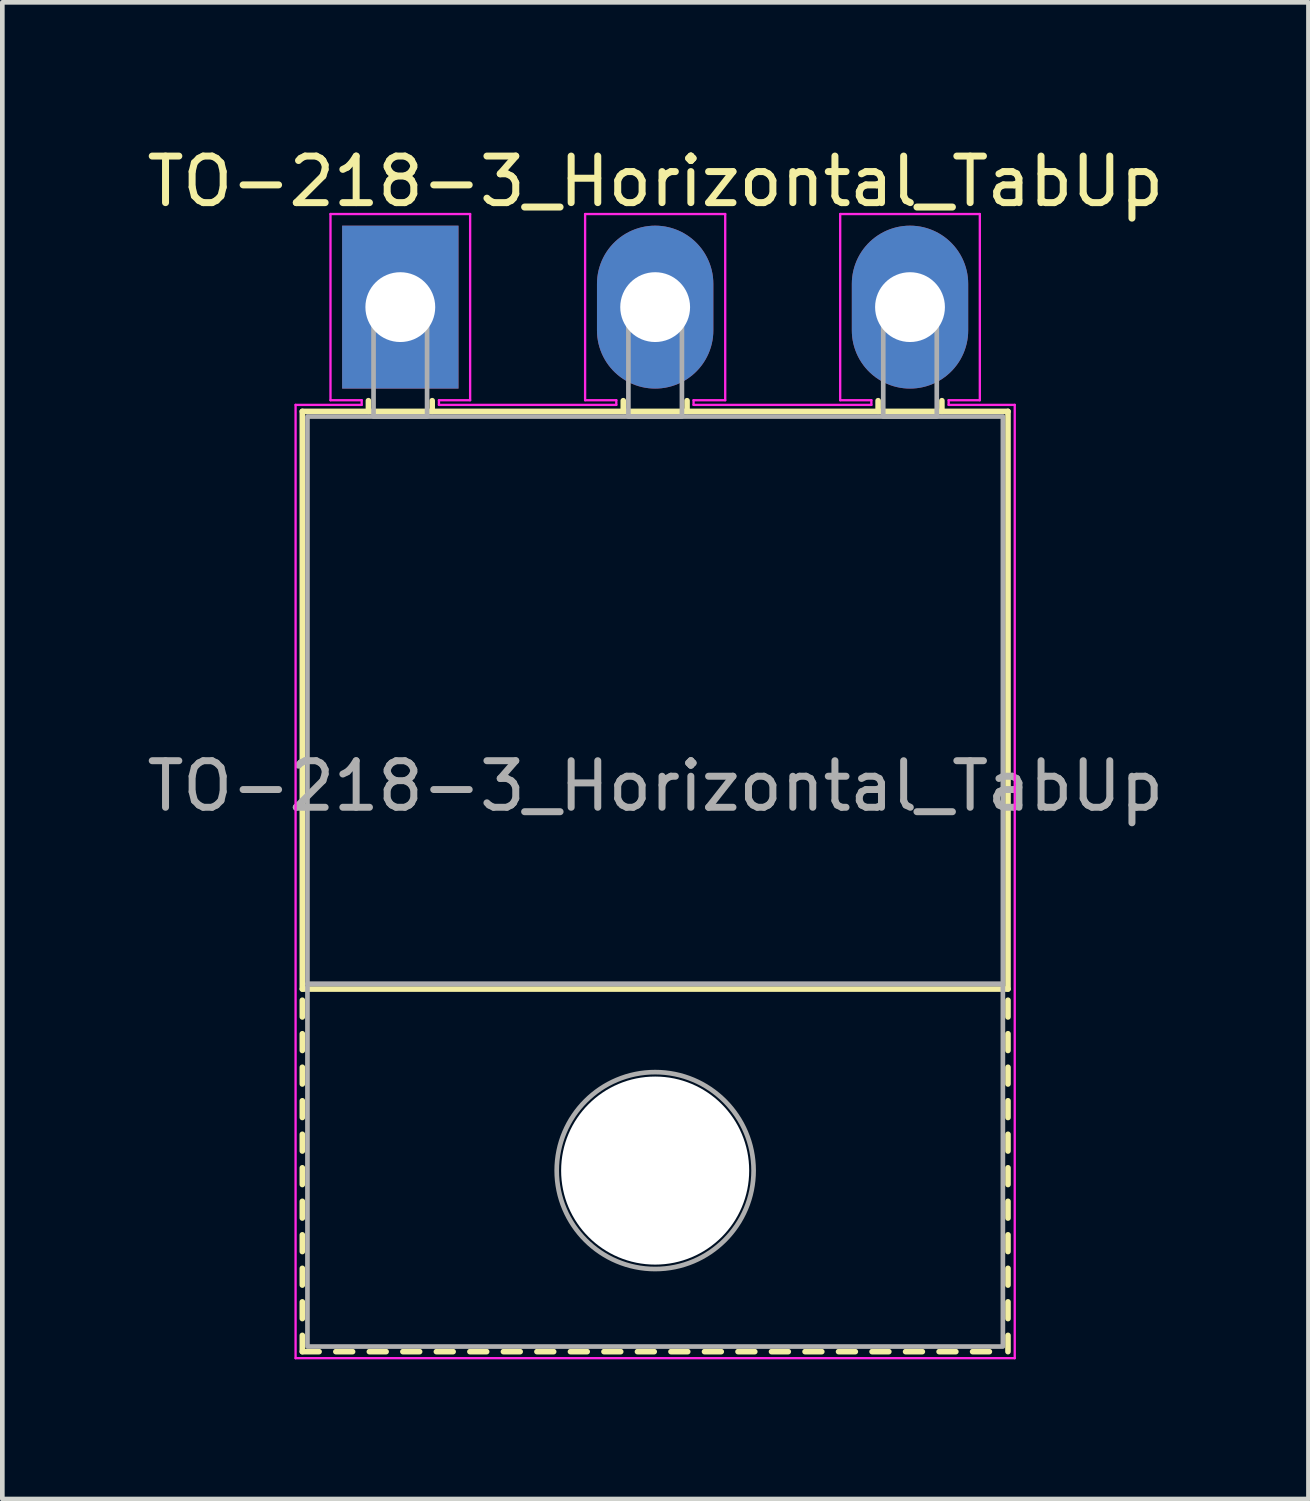
<source format=kicad_pcb>
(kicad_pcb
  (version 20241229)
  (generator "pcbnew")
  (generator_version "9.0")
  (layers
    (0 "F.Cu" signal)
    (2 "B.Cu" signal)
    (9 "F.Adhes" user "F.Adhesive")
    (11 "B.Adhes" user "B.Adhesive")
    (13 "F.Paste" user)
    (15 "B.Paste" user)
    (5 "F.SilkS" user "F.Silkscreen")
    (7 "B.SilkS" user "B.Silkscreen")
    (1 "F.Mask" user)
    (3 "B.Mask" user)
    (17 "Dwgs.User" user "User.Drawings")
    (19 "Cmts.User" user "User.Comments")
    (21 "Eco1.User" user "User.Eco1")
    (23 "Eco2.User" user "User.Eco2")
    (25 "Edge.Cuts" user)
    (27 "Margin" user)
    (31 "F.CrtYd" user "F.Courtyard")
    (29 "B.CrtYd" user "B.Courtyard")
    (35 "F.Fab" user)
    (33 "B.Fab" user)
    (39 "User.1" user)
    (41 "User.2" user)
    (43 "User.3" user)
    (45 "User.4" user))
  (footprint "TO-218-3_Horizontal_TabUp"
    (layer "F.Cu")
    (at 5.55 3.548)
    (property "Reference" "TO-218-3_Horizontal_TabUp" (at 5.48 -2.7 0) (layer "F.SilkS") (effects (font (size 1 1) (thickness 0.15))))
    (attr through_hole)
    (fp_line (start -2.105 2.24) (end -2.105 14.65) (stroke (width 0.12) (type solid)) (layer "F.SilkS"))
    (fp_line (start -2.105 2.24) (end 13.055 2.24) (stroke (width 0.12) (type solid)) (layer "F.SilkS"))
    (fp_line (start -2.105 14.65) (end 13.055 14.65) (stroke (width 0.12) (type solid)) (layer "F.SilkS"))
    (fp_line (start -2.105 14.89) (end -2.105 15.25) (stroke (width 0.12) (type solid)) (layer "F.SilkS"))
    (fp_line (start -2.105 15.61) (end -2.105 15.97) (stroke (width 0.12) (type solid)) (layer "F.SilkS"))
    (fp_line (start -2.105 16.33) (end -2.105 16.69) (stroke (width 0.12) (type solid)) (layer "F.SilkS"))
    (fp_line (start -2.105 17.05) (end -2.105 17.41) (stroke (width 0.12) (type solid)) (layer "F.SilkS"))
    (fp_line (start -2.105 17.77) (end -2.105 18.13) (stroke (width 0.12) (type solid)) (layer "F.SilkS"))
    (fp_line (start -2.105 18.49) (end -2.105 18.85) (stroke (width 0.12) (type solid)) (layer "F.SilkS"))
    (fp_line (start -2.105 19.21) (end -2.105 19.57) (stroke (width 0.12) (type solid)) (layer "F.SilkS"))
    (fp_line (start -2.105 19.93) (end -2.105 20.29) (stroke (width 0.12) (type solid)) (layer "F.SilkS"))
    (fp_line (start -2.105 20.65) (end -2.105 21.01) (stroke (width 0.12) (type solid)) (layer "F.SilkS"))
    (fp_line (start -2.105 21.37) (end -2.105 21.73) (stroke (width 0.12) (type solid)) (layer "F.SilkS"))
    (fp_line (start -2.105 22.09) (end -2.105 22.44) (stroke (width 0.12) (type solid)) (layer "F.SilkS"))
    (fp_line (start -2.105 22.44) (end -1.745 22.44) (stroke (width 0.12) (type solid)) (layer "F.SilkS"))
    (fp_line (start -1.385 22.44) (end -1.025 22.44) (stroke (width 0.12) (type solid)) (layer "F.SilkS"))
    (fp_line (start -0.685 2.24) (end -0.685 2.01) (stroke (width 0.12) (type solid)) (layer "F.SilkS"))
    (fp_line (start -0.665 22.44) (end -0.305 22.44) (stroke (width 0.12) (type solid)) (layer "F.SilkS"))
    (fp_line (start 0.055 22.44) (end 0.415 22.44) (stroke (width 0.12) (type solid)) (layer "F.SilkS"))
    (fp_line (start 0.685 2.24) (end 0.685 2.01) (stroke (width 0.12) (type solid)) (layer "F.SilkS"))
    (fp_line (start 0.775 22.44) (end 1.135 22.44) (stroke (width 0.12) (type solid)) (layer "F.SilkS"))
    (fp_line (start 1.495 22.44) (end 1.855 22.44) (stroke (width 0.12) (type solid)) (layer "F.SilkS"))
    (fp_line (start 2.215 22.44) (end 2.575 22.44) (stroke (width 0.12) (type solid)) (layer "F.SilkS"))
    (fp_line (start 2.935 22.44) (end 3.295 22.44) (stroke (width 0.12) (type solid)) (layer "F.SilkS"))
    (fp_line (start 3.655 22.44) (end 4.015 22.44) (stroke (width 0.12) (type solid)) (layer "F.SilkS"))
    (fp_line (start 4.375 22.44) (end 4.735 22.44) (stroke (width 0.12) (type solid)) (layer "F.SilkS"))
    (fp_line (start 4.79 2.24) (end 4.79 2.01) (stroke (width 0.12) (type solid)) (layer "F.SilkS"))
    (fp_line (start 5.095 22.44) (end 5.455 22.44) (stroke (width 0.12) (type solid)) (layer "F.SilkS"))
    (fp_line (start 5.815 22.44) (end 6.175 22.44) (stroke (width 0.12) (type solid)) (layer "F.SilkS"))
    (fp_line (start 6.16 2.24) (end 6.16 2.01) (stroke (width 0.12) (type solid)) (layer "F.SilkS"))
    (fp_line (start 6.535 22.44) (end 6.895 22.44) (stroke (width 0.12) (type solid)) (layer "F.SilkS"))
    (fp_line (start 7.255 22.44) (end 7.615 22.44) (stroke (width 0.12) (type solid)) (layer "F.SilkS"))
    (fp_line (start 7.975 22.44) (end 8.335 22.44) (stroke (width 0.12) (type solid)) (layer "F.SilkS"))
    (fp_line (start 8.695 22.44) (end 9.055 22.44) (stroke (width 0.12) (type solid)) (layer "F.SilkS"))
    (fp_line (start 9.415 22.44) (end 9.775 22.44) (stroke (width 0.12) (type solid)) (layer "F.SilkS"))
    (fp_line (start 10.135 22.44) (end 10.495 22.44) (stroke (width 0.12) (type solid)) (layer "F.SilkS"))
    (fp_line (start 10.265 2.24) (end 10.265 2.01) (stroke (width 0.12) (type solid)) (layer "F.SilkS"))
    (fp_line (start 10.855 22.44) (end 11.215 22.44) (stroke (width 0.12) (type solid)) (layer "F.SilkS"))
    (fp_line (start 11.575 22.44) (end 11.935 22.44) (stroke (width 0.12) (type solid)) (layer "F.SilkS"))
    (fp_line (start 11.635 2.24) (end 11.635 2.01) (stroke (width 0.12) (type solid)) (layer "F.SilkS"))
    (fp_line (start 12.295 22.44) (end 12.655 22.44) (stroke (width 0.12) (type solid)) (layer "F.SilkS"))
    (fp_line (start 13.055 2.24) (end 13.055 14.65) (stroke (width 0.12) (type solid)) (layer "F.SilkS"))
    (fp_line (start 13.055 14.89) (end 13.055 15.25) (stroke (width 0.12) (type solid)) (layer "F.SilkS"))
    (fp_line (start 13.055 15.61) (end 13.055 15.97) (stroke (width 0.12) (type solid)) (layer "F.SilkS"))
    (fp_line (start 13.055 16.33) (end 13.055 16.69) (stroke (width 0.12) (type solid)) (layer "F.SilkS"))
    (fp_line (start 13.055 17.05) (end 13.055 17.41) (stroke (width 0.12) (type solid)) (layer "F.SilkS"))
    (fp_line (start 13.055 17.77) (end 13.055 18.13) (stroke (width 0.12) (type solid)) (layer "F.SilkS"))
    (fp_line (start 13.055 18.49) (end 13.055 18.85) (stroke (width 0.12) (type solid)) (layer "F.SilkS"))
    (fp_line (start 13.055 19.21) (end 13.055 19.57) (stroke (width 0.12) (type solid)) (layer "F.SilkS"))
    (fp_line (start 13.055 19.93) (end 13.055 20.29) (stroke (width 0.12) (type solid)) (layer "F.SilkS"))
    (fp_line (start 13.055 20.65) (end 13.055 21.01) (stroke (width 0.12) (type solid)) (layer "F.SilkS"))
    (fp_line (start 13.055 21.37) (end 13.055 21.73) (stroke (width 0.12) (type solid)) (layer "F.SilkS"))
    (fp_line (start 13.055 22.09) (end 13.055 22.44) (stroke (width 0.12) (type solid)) (layer "F.SilkS"))
    (fp_line (start -2.25 2.1) (end -0.83 2.1) (stroke (width 0.05) (type solid)) (layer "F.CrtYd"))
    (fp_line (start -2.25 22.58) (end -2.25 2.1) (stroke (width 0.05) (type solid)) (layer "F.CrtYd"))
    (fp_line (start -1.5 -2) (end 1.5 -2) (stroke (width 0.05) (type solid)) (layer "F.CrtYd"))
    (fp_line (start -1.5 2) (end -1.5 -2) (stroke (width 0.05) (type solid)) (layer "F.CrtYd"))
    (fp_line (start -0.83 2) (end -1.5 2) (stroke (width 0.05) (type solid)) (layer "F.CrtYd"))
    (fp_line (start -0.83 2.1) (end -0.83 2) (stroke (width 0.05) (type solid)) (layer "F.CrtYd"))
    (fp_line (start 0.83 2) (end 0.83 2.1) (stroke (width 0.05) (type solid)) (layer "F.CrtYd"))
    (fp_line (start 0.83 2.1) (end 4.64 2.1) (stroke (width 0.05) (type solid)) (layer "F.CrtYd"))
    (fp_line (start 1.5 -2) (end 1.5 2) (stroke (width 0.05) (type solid)) (layer "F.CrtYd"))
    (fp_line (start 1.5 2) (end 0.83 2) (stroke (width 0.05) (type solid)) (layer "F.CrtYd"))
    (fp_line (start 3.97 -2) (end 6.98 -2) (stroke (width 0.05) (type solid)) (layer "F.CrtYd"))
    (fp_line (start 3.97 2) (end 3.97 -2) (stroke (width 0.05) (type solid)) (layer "F.CrtYd"))
    (fp_line (start 4.64 2) (end 3.97 2) (stroke (width 0.05) (type solid)) (layer "F.CrtYd"))
    (fp_line (start 4.64 2.1) (end 4.64 2) (stroke (width 0.05) (type solid)) (layer "F.CrtYd"))
    (fp_line (start 6.3 2) (end 6.3 2.1) (stroke (width 0.05) (type solid)) (layer "F.CrtYd"))
    (fp_line (start 6.3 2.1) (end 10.12 2.1) (stroke (width 0.05) (type solid)) (layer "F.CrtYd"))
    (fp_line (start 6.98 -2) (end 6.98 2) (stroke (width 0.05) (type solid)) (layer "F.CrtYd"))
    (fp_line (start 6.98 2) (end 6.3 2) (stroke (width 0.05) (type solid)) (layer "F.CrtYd"))
    (fp_line (start 9.45 -2) (end 12.45 -2) (stroke (width 0.05) (type solid)) (layer "F.CrtYd"))
    (fp_line (start 9.45 2) (end 9.45 -2) (stroke (width 0.05) (type solid)) (layer "F.CrtYd"))
    (fp_line (start 10.12 2) (end 9.45 2) (stroke (width 0.05) (type solid)) (layer "F.CrtYd"))
    (fp_line (start 10.12 2.1) (end 10.12 2) (stroke (width 0.05) (type solid)) (layer "F.CrtYd"))
    (fp_line (start 11.78 2) (end 11.78 2.1) (stroke (width 0.05) (type solid)) (layer "F.CrtYd"))
    (fp_line (start 11.78 2.1) (end 13.2 2.1) (stroke (width 0.05) (type solid)) (layer "F.CrtYd"))
    (fp_line (start 12.45 -2) (end 12.45 2) (stroke (width 0.05) (type solid)) (layer "F.CrtYd"))
    (fp_line (start 12.45 2) (end 11.78 2) (stroke (width 0.05) (type solid)) (layer "F.CrtYd"))
    (fp_line (start 13.2 2.1) (end 13.2 22.58) (stroke (width 0.05) (type solid)) (layer "F.CrtYd"))
    (fp_line (start 13.2 22.58) (end -2.25 22.58) (stroke (width 0.05) (type solid)) (layer "F.CrtYd"))
    (fp_rect (start -1.995 2.35) (end 12.945 14.54) (stroke (width 0.1) (type solid)) (fill no) (layer "F.Fab"))
    (fp_rect (start -1.995 14.54) (end 12.945 22.33) (stroke (width 0.1) (type solid)) (fill no) (layer "F.Fab"))
    (fp_rect (start -0.575 2.35) (end 0.575 0) (stroke (width 0.1) (type solid)) (fill no) (layer "F.Fab"))
    (fp_rect (start 4.9 2.35) (end 6.05 0) (stroke (width 0.1) (type solid)) (fill no) (layer "F.Fab"))
    (fp_rect (start 10.375 2.35) (end 11.525 0) (stroke (width 0.1) (type solid)) (fill no) (layer "F.Fab"))
    (fp_circle (center 5.475 18.55) (end 7.59 18.55) (stroke (width 0.1) (type solid)) (fill no) (layer "F.Fab"))
    (fp_text user "${REFERENCE}" (at 5.48 10.29 0) (layer "F.Fab") (effects (font (size 1 1) (thickness 0.15))))
    (pad "" np_thru_hole circle (at 5.475 18.55) (size 4.04 4.04) (drill 4.04) (layers "*.Cu" "*.Mask"))
    (pad "1" thru_hole rect (at 0 0) (size 2.5 3.5) (drill 1.5) (layers "*.Cu" "*.Mask"))
    (pad "2" thru_hole oval (at 5.475 0) (size 2.5 3.5) (drill 1.5) (layers "*.Cu" "*.Mask"))
    (pad "3" thru_hole oval (at 10.95 0) (size 2.5 3.5) (drill 1.5) (layers "*.Cu" "*.Mask")))
  (gr_rect
    (start -3 -3)
    (end 25.06 29.153)
    (stroke (width 0.1) (type default))
    (fill no)
    (layer "Edge.Cuts")))
</source>
